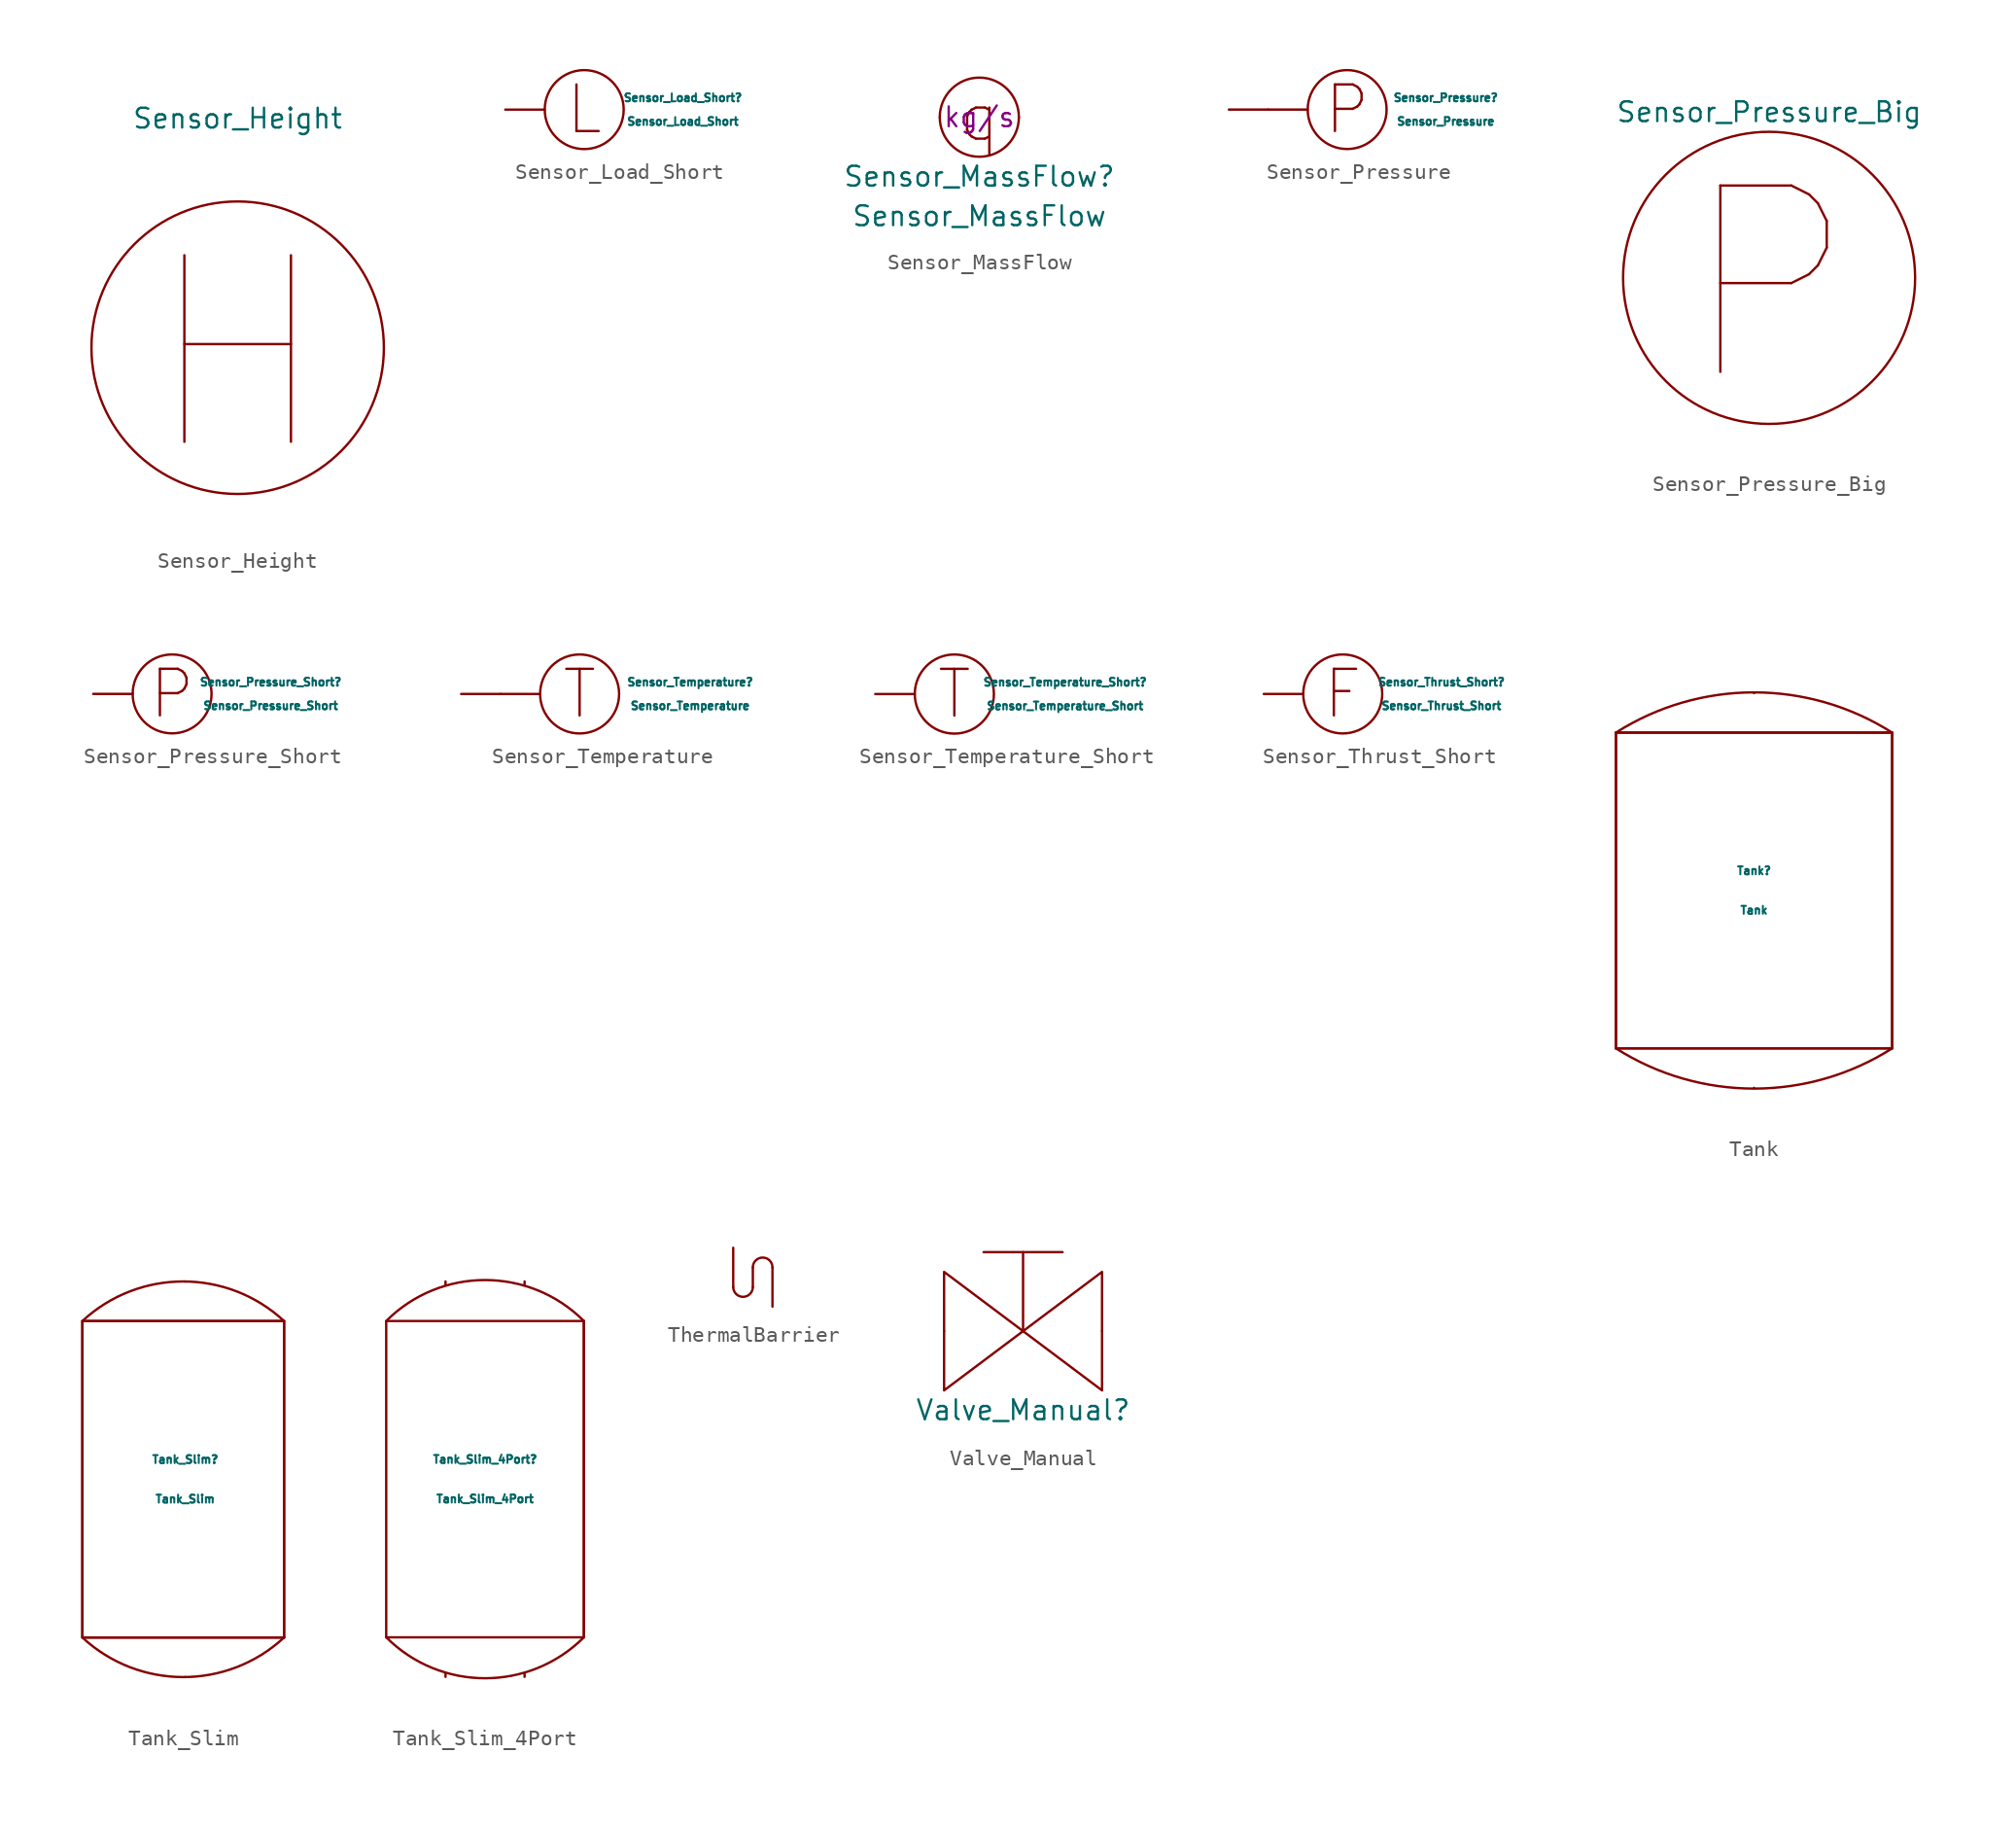
<source format=kicad_sym>
(kicad_symbol_lib
  (version 20211014)
  (generator kicad_symbol_editor)
  (symbol "Sensor_Height"
    (pin_names
      (offset 1.016))
    (property "Reference" "U"
      (at 0 0 0)
      (effects (font (size 1.27 1.27)) hide))
    (property "Value" "Sensor_Height"
      (at 0 14.732 0)
      (effects (font (size 1.27 1.27))))
    (symbol "Sensor_Height_1_1"
      (circle (center 0 0) (radius 9.398) (stroke (width 0) (type default) (color 0 0 0 0)) (fill (type none)))
      (text "H" (at 0 -0.508 0) (effects (font (size 11.989 11.989))))))
  (symbol "Sensor_Load_Short"
    (pin_numbers hide)
    (pin_names
      (offset 1.016))
    (property "Reference" "Sensor_Load_Short"
      (at 6.35 0.762 0)
      (effects (font (size 0.508 0.508))))
    (property "Value" "Sensor_Load_Short"
      (at 6.35 -0.762 0)
      (effects (font (size 0.508 0.508))))
    (property "Data_Content" " "
      (at 0 0 0)
      (effects (font (size 1.27 1.27))))
    (symbol "Sensor_Load_Short_0_0"
      (circle (center 0 0) (radius 2.54) (stroke (width 0) (type default) (color 0 0 0 0)) (fill (type none)))
      (text "L" (at 0 0 0) (effects (font (size 2.997 2.997)))))
    (symbol "Sensor_Load_Short_1_1"
      (pin bidirectional line (at -5.08 0 0) (length 2.54) (name "~" (effects (font (size 1.27 1.27)))) (number "~" (effects (font (size 1.27 1.27)))))))
  (symbol "Sensor_MassFlow"
    (pin_names
      (offset 1.016))
    (property "Reference" "Sensor_MassFlow"
      (at 0 -3.81 0)
      (effects (font (size 1.27 1.27))))
    (property "Value" "Sensor_MassFlow"
      (at 0 -6.35 0)
      (effects (font (size 1.27 1.27))))
    (property "Unit" "kg/s"
      (at 0 0 0)
      (effects (font (size 1.27 1.27))))
    (symbol "Sensor_MassFlow_0_0"
      (circle (center 0 0) (radius 2.54) (stroke (width 0) (type default) (color 0 0 0 0)) (fill (type none)))
      (text "q" (at 0 0 0) (effects (font (size 2.997 2.997)))))
    (symbol "Sensor_MassFlow_1_1"
      (pin input line (at -2.54 0 0) (length 0) (name "~" (effects (font (size 1.27 1.27)))) (number "~" (effects (font (size 1.27 1.27)))))
      (pin input line (at 2.54 0 180) (length 0) (name "~" (effects (font (size 1.27 1.27)))) (number "~" (effects (font (size 1.27 1.27)))))))
  (symbol "Sensor_Pressure"
    (pin_numbers hide)
    (pin_names
      (offset 1.016))
    (property "Reference" "Sensor_Pressure"
      (at 6.35 0.762 0)
      (effects (font (size 0.508 0.508))))
    (property "Value" "Sensor_Pressure"
      (at 6.35 -0.762 0)
      (effects (font (size 0.508 0.508))))
    (property "Data_Content" " "
      (at 0 0 0)
      (effects (font (size 1.27 1.27))))
    (symbol "Sensor_Pressure_0_0"
      (polyline (pts (xy -5.08 0) (xy -2.54 0)) (stroke (width 0) (type default) (color 0 0 0 0)) (fill (type none)))
      (circle (center 0 0) (radius 2.54) (stroke (width 0) (type default) (color 0 0 0 0)) (fill (type none)))
      (text "P" (at 0 0 0) (effects (font (size 2.997 2.997)))))
    (symbol "Sensor_Pressure_1_1"
      (pin bidirectional line (at -7.62 0 0) (length 2.54) (name "~" (effects (font (size 1.27 1.27)))) (number "~" (effects (font (size 1.27 1.27)))))))
  (symbol "Sensor_Pressure_Big"
    (pin_names
      (offset 1.016))
    (property "Reference" "U"
      (at 0 10.668 0)
      (effects (font (size 1.27 1.27)) hide))
    (property "Value" "Sensor_Pressure_Big"
      (at 0 10.668 0)
      (effects (font (size 1.27 1.27))))
    (symbol "Sensor_Pressure_Big_1_1"
      (circle (center 0 0) (radius 9.398) (stroke (width 0) (type default) (color 0 0 0 0)) (fill (type none)))
      (text "P" (at 0 -0.508 0) (effects (font (size 11.989 11.989))))))
  (symbol "Sensor_Pressure_Short"
    (pin_numbers hide)
    (pin_names
      (offset 1.016))
    (property "Reference" "Sensor_Pressure_Short"
      (at 6.35 0.762 0)
      (effects (font (size 0.508 0.508))))
    (property "Value" "Sensor_Pressure_Short"
      (at 6.35 -0.762 0)
      (effects (font (size 0.508 0.508))))
    (property "Data_Content" " "
      (at 0 0 0)
      (effects (font (size 1.27 1.27))))
    (symbol "Sensor_Pressure_Short_0_0"
      (circle (center 0 0) (radius 2.54) (stroke (width 0) (type default) (color 0 0 0 0)) (fill (type none)))
      (text "P" (at 0 0 0) (effects (font (size 2.997 2.997)))))
    (symbol "Sensor_Pressure_Short_1_1"
      (pin bidirectional line (at -5.08 0 0) (length 2.54) (name "~" (effects (font (size 1.27 1.27)))) (number "~" (effects (font (size 1.27 1.27)))))))
  (symbol "Sensor_Temperature"
    (pin_numbers hide)
    (pin_names
      (offset 1.016))
    (property "Reference" "Sensor_Temperature"
      (at 7.112 0.762 0)
      (effects (font (size 0.508 0.508))))
    (property "Value" "Sensor_Temperature"
      (at 7.112 -0.762 0)
      (effects (font (size 0.508 0.508))))
    (symbol "Sensor_Temperature_0_0"
      (polyline (pts (xy -5.08 0) (xy -2.54 0)) (stroke (width 0) (type default) (color 0 0 0 0)) (fill (type none)))
      (text "T" (at 0 0 0) (effects (font (size 2.997 2.997)))))
    (symbol "Sensor_Temperature_0_1"
      (circle (center 0 0) (radius 2.54) (stroke (width 0) (type default) (color 0 0 0 0)) (fill (type none))))
    (symbol "Sensor_Temperature_1_1"
      (pin bidirectional line (at -7.62 0 0) (length 2.54) (name "~" (effects (font (size 1.27 1.27)))) (number "~" (effects (font (size 1.27 1.27)))))))
  (symbol "Sensor_Temperature_Short"
    (pin_numbers hide)
    (pin_names
      (offset 1.016))
    (property "Reference" "Sensor_Temperature_Short"
      (at 7.112 0.762 0)
      (effects (font (size 0.508 0.508))))
    (property "Value" "Sensor_Temperature_Short"
      (at 7.112 -0.762 0)
      (effects (font (size 0.508 0.508))))
    (symbol "Sensor_Temperature_Short_0_0"
      (text "T" (at 0 0 0) (effects (font (size 2.997 2.997)))))
    (symbol "Sensor_Temperature_Short_0_1"
      (circle (center 0 0) (radius 2.54) (stroke (width 0) (type default) (color 0 0 0 0)) (fill (type none))))
    (symbol "Sensor_Temperature_Short_1_1"
      (pin bidirectional line (at -5.08 0 0) (length 2.54) (name "~" (effects (font (size 1.27 1.27)))) (number "~" (effects (font (size 1.27 1.27)))))))
  (symbol "Sensor_Thrust_Short"
    (pin_numbers hide)
    (pin_names
      (offset 1.016))
    (property "Reference" "Sensor_Thrust_Short"
      (at 6.35 0.762 0)
      (effects (font (size 0.508 0.508))))
    (property "Value" "Sensor_Thrust_Short"
      (at 6.35 -0.762 0)
      (effects (font (size 0.508 0.508))))
    (property "Data_Content" " "
      (at 0 0 0)
      (effects (font (size 1.27 1.27))))
    (symbol "Sensor_Thrust_Short_0_0"
      (circle (center 0 0) (radius 2.54) (stroke (width 0) (type default) (color 0 0 0 0)) (fill (type none)))
      (text "F" (at 0 0 0) (effects (font (size 2.997 2.997)))))
    (symbol "Sensor_Thrust_Short_1_1"
      (pin bidirectional line (at -5.08 0 0) (length 2.54) (name "~" (effects (font (size 1.27 1.27)))) (number "~" (effects (font (size 1.27 1.27)))))))
  (symbol "Tank"
    (pin_numbers hide)
    (pin_names
      (offset 1.016))
    (property "Reference" "Tank"
      (at 0 1.27 0)
      (effects (font (size 0.508 0.508))))
    (property "Value" "Tank"
      (at 0 -1.27 0)
      (effects (font (size 0.508 0.508))))
    (symbol "Tank_0_0"
      (polyline (pts (xy 8.89 10.16) (xy 8.89 -10.16)) (stroke (width 0) (type default) (color 0 0 0 0)) (fill (type none))))
    (symbol "Tank_0_1"
      (arc (start -8.89 -10.16) (mid 0 -12.7488) (end 8.89 -10.16) (stroke (width 0) (type default) (color 0 0 0 0)) (fill (type none)))
      (rectangle (start -8.89 10.16) (end 8.89 -10.16) (stroke (width 0) (type default) (color 0 0 0 0)) (fill (type none)))
      (polyline (pts (xy -8.89 -10.16) (xy 8.89 -10.16)) (stroke (width 0) (type default) (color 0 0 0 0)) (fill (type none)))
      (polyline (pts (xy -8.89 10.16) (xy -8.89 -10.16)) (stroke (width 0) (type default) (color 0 0 0 0)) (fill (type none)))
      (polyline (pts (xy -8.89 10.16) (xy 8.89 10.16)) (stroke (width 0) (type default) (color 0 0 0 0)) (fill (type none)))
      (arc (start 8.89 10.16) (mid 0 12.7488) (end -8.89 10.16) (stroke (width 0) (type default) (color 0 0 0 0)) (fill (type none))))
    (symbol "Tank_1_1"
      (pin bidirectional line (at 0 -12.7 90) (length 0) (name "~" (effects (font (size 1.27 1.27)))) (number "~" (effects (font (size 1.27 1.27)))))
      (pin bidirectional line (at 0 12.7 270) (length 0) (name "~" (effects (font (size 1.27 1.27)))) (number "~" (effects (font (size 1.27 1.27)))))))
  (symbol "Tank_Slim"
    (pin_numbers hide)
    (pin_names
      (offset 1.016))
    (property "Reference" "Tank_Slim"
      (at 0 1.27 0)
      (effects (font (size 0.508 0.508))))
    (property "Value" "Tank_Slim"
      (at 0 -1.27 0)
      (effects (font (size 0.508 0.508))))
    (symbol "Tank_Slim_0_0"
      (polyline (pts (xy 6.35 10.16) (xy 6.35 -10.16)) (stroke (width 0) (type default) (color 0 0 0 0)) (fill (type none))))
    (symbol "Tank_Slim_0_1"
      (rectangle (start -6.604 -10.16) (end 6.35 10.16) (stroke (width 0) (type default) (color 0 0 0 0)) (fill (type none)))
      (polyline (pts (xy -6.604 10.16) (xy -6.604 -10.16)) (stroke (width 0) (type default) (color 0 0 0 0)) (fill (type none)))
      (polyline (pts (xy -6.35 -10.16) (xy 6.35 -10.16)) (stroke (width 0) (type default) (color 0 0 0 0)) (fill (type none)))
      (polyline (pts (xy -6.35 10.16) (xy 6.35 10.16)) (stroke (width 0) (type default) (color 0 0 0 0)) (fill (type none)))
      (arc (start 6.35 10.16) (mid -0.127 12.7008) (end -6.604 10.16) (stroke (width 0) (type default) (color 0 0 0 0)) (fill (type none))))
    (symbol "Tank_Slim_1_1"
      (arc (start -6.604 -10.16) (mid -0.127 -12.7008) (end 6.35 -10.16) (stroke (width 0) (type default) (color 0 0 0 0)) (fill (type none)))
      (pin bidirectional line (at 0 -12.7 90) (length 0) (name "~" (effects (font (size 1.27 1.27)))) (number "~" (effects (font (size 1.27 1.27)))))
      (pin bidirectional line (at 0 12.7 270) (length 0) (name "~" (effects (font (size 1.27 1.27)))) (number "~" (effects (font (size 1.27 1.27)))))))
  (symbol "Tank_Slim_4Port"
    (pin_numbers hide)
    (pin_names
      (offset 1.016))
    (property "Reference" "Tank_Slim_4Port"
      (at 0 1.27 0)
      (effects (font (size 0.508 0.508))))
    (property "Value" "Tank_Slim_4Port"
      (at 0 -1.27 0)
      (effects (font (size 0.508 0.508))))
    (symbol "Tank_Slim_4Port_0_0"
      (polyline (pts (xy 6.35 10.16) (xy 6.35 -10.16)) (stroke (width 0) (type default) (color 0 0 0 0)) (fill (type none))))
    (symbol "Tank_Slim_4Port_0_1"
      (arc (start -6.35 -10.1599) (mid 0 -12.7902) (end 6.35 -10.1599) (stroke (width 0) (type default) (color 0 0 0 0)) (fill (type none)))
      (rectangle (start -6.35 10.16) (end 6.35 -10.16) (stroke (width 0) (type default) (color 0 0 0 0)) (fill (type none)))
      (arc (start 6.35 10.1599) (mid 0 12.7902) (end -6.35 10.1599) (stroke (width 0) (type default) (color 0 0 0 0)) (fill (type none))))
    (symbol "Tank_Slim_4Port_1_1"
      (pin bidirectional line (at -2.54 -12.7 90) (length 0.203) (name "~" (effects (font (size 1.27 1.27)))) (number "~" (effects (font (size 1.27 1.27)))))
      (pin bidirectional line (at -2.54 12.7 270) (length 0.203) (name "~" (effects (font (size 1.27 1.27)))) (number "~" (effects (font (size 1.27 1.27)))))
      (pin bidirectional line (at 2.54 -12.7 90) (length 0.203) (name "~" (effects (font (size 1.27 1.27)))) (number "~" (effects (font (size 1.27 1.27)))))
      (pin bidirectional line (at 2.54 12.7 270) (length 0.203) (name "~" (effects (font (size 1.27 1.27)))) (number "~" (effects (font (size 1.27 1.27)))))))
  (symbol "ThermalBarrier"
    (pin_names
      (offset 1.016))
    (property "Reference" "U"
      (at 0 -1.27 0)
      (effects (font (size 0.406 0.406)) hide))
    (symbol "ThermalBarrier_0_1"
      (arc (start -1.27 0) (mid -0.635 -0.635) (end 0 0) (stroke (width 0) (type default) (color 0 0 0 0)) (fill (type none)))
      (polyline (pts (xy 0 0) (xy 0 1.27)) (stroke (width 0) (type default) (color 0 0 0 0)) (fill (type none)))
      (arc (start 1.27 1.27) (mid 0.635 1.905) (end 0 1.27) (stroke (width 0) (type default) (color 0 0 0 0)) (fill (type none))))
    (symbol "ThermalBarrier_1_1"
      (pin unspecified line (at -1.27 2.54 270) (length 2.54) (name "~" (effects (font (size 1.27 1.27)))) (number "" (effects (font (size 1.27 1.27)))))
      (pin unspecified line (at 1.27 -1.27 90) (length 2.54) (name "~" (effects (font (size 1.27 1.27)))) (number "" (effects (font (size 1.27 1.27)))))))
  (symbol "Valve_Manual"
    (pin_numbers hide)
    (pin_names
      (offset 1.016))
    (property "Reference" "Valve_Manual"
      (at 0 -5.08 0)
      (effects (font (size 1.27 1.27))))
    (symbol "Valve_Manual_0_0"
      (polyline (pts (xy -2.54 5.08) (xy 2.54 5.08)) (stroke (width 0) (type default) (color 0 0 0 0)) (fill (type none)))
      (polyline (pts (xy 0 0) (xy 0 5.08)) (stroke (width 0) (type default) (color 0 0 0 0)) (fill (type none))))
    (symbol "Valve_Manual_1_1"
      (polyline (pts (xy 0 0) (xy -5.08 3.81) (xy -5.08 -3.81) (xy 0 0)) (stroke (width 0) (type default) (color 0 0 0 0)) (fill (type none)))
      (polyline (pts (xy 5.08 3.81) (xy 0 0) (xy 5.08 -3.81) (xy 5.08 3.81)) (stroke (width 0) (type default) (color 0 0 0 0)) (fill (type none)))
      (pin bidirectional line (at -5.08 0 0) (length 0) (name "~" (effects (font (size 1.27 1.27)))) (number "~" (effects (font (size 1.27 1.27)))))
      (pin bidirectional line (at 5.08 0 180) (length 0) (name "~" (effects (font (size 1.27 1.27)))) (number "~" (effects (font (size 1.27 1.27))))))))
</source>
